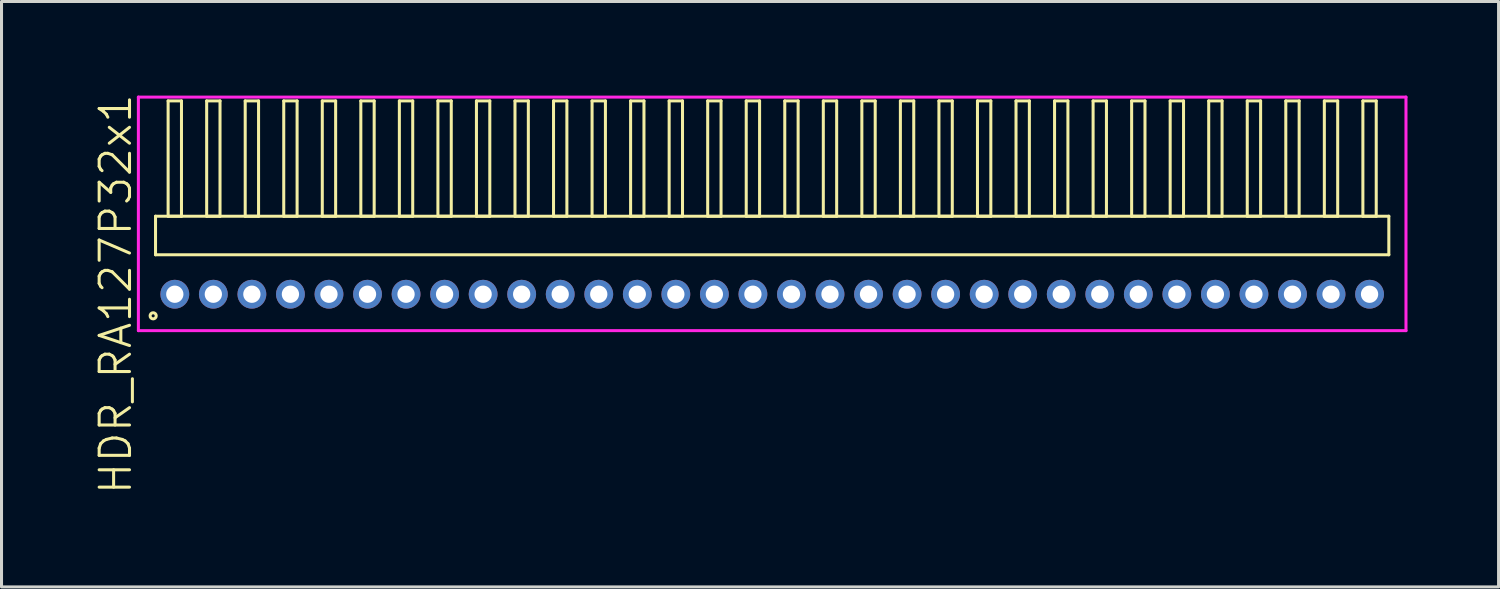
<source format=kicad_pcb>
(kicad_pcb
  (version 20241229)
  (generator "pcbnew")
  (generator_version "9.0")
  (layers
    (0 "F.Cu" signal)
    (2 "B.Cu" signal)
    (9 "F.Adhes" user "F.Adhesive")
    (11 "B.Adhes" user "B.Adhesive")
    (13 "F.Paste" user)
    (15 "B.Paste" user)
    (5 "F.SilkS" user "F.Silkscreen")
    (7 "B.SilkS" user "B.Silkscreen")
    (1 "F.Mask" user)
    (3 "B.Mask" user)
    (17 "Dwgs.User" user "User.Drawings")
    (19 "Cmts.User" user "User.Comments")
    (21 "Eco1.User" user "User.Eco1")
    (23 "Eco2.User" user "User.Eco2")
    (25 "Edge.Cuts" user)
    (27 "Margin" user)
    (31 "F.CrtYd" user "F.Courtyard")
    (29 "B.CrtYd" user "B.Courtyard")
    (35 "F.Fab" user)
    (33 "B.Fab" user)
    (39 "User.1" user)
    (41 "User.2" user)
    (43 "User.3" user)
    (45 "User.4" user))
  (footprint "HDR_RA127P32x1"
    (layer "F.Cu")
    (at 22.395 6.645)
    (property "Reference" "HDR_RA127P32x1" (at -21.635 0 90) (layer "F.SilkS") (effects (font (size 1 1) (thickness 0.1))))
    (attr through_hole)
    (fp_line (start -20.32 -2.57) (end -20.32 -1.3) (stroke (width 0.1) (type solid)) (layer "F.SilkS"))
    (fp_line (start -20.32 -1.3) (end 20.32 -1.3) (stroke (width 0.1) (type solid)) (layer "F.SilkS"))
    (fp_line (start -19.905 -6.37) (end -19.905 -2.57) (stroke (width 0.1) (type solid)) (layer "F.SilkS"))
    (fp_line (start -19.905 -2.57) (end -19.465 -2.57) (stroke (width 0.1) (type solid)) (layer "F.SilkS"))
    (fp_line (start -19.465 -6.37) (end -19.905 -6.37) (stroke (width 0.1) (type solid)) (layer "F.SilkS"))
    (fp_line (start -19.465 -2.57) (end -19.465 -6.37) (stroke (width 0.1) (type solid)) (layer "F.SilkS"))
    (fp_line (start -18.635 -6.37) (end -18.635 -2.57) (stroke (width 0.1) (type solid)) (layer "F.SilkS"))
    (fp_line (start -18.635 -2.57) (end -18.195 -2.57) (stroke (width 0.1) (type solid)) (layer "F.SilkS"))
    (fp_line (start -18.195 -6.37) (end -18.635 -6.37) (stroke (width 0.1) (type solid)) (layer "F.SilkS"))
    (fp_line (start -18.195 -2.57) (end -18.195 -6.37) (stroke (width 0.1) (type solid)) (layer "F.SilkS"))
    (fp_line (start -17.365 -6.37) (end -17.365 -2.57) (stroke (width 0.1) (type solid)) (layer "F.SilkS"))
    (fp_line (start -17.365 -2.57) (end -16.925 -2.57) (stroke (width 0.1) (type solid)) (layer "F.SilkS"))
    (fp_line (start -16.925 -6.37) (end -17.365 -6.37) (stroke (width 0.1) (type solid)) (layer "F.SilkS"))
    (fp_line (start -16.925 -2.57) (end -16.925 -6.37) (stroke (width 0.1) (type solid)) (layer "F.SilkS"))
    (fp_line (start -16.095 -6.37) (end -16.095 -2.57) (stroke (width 0.1) (type solid)) (layer "F.SilkS"))
    (fp_line (start -16.095 -2.57) (end -15.655 -2.57) (stroke (width 0.1) (type solid)) (layer "F.SilkS"))
    (fp_line (start -15.655 -6.37) (end -16.095 -6.37) (stroke (width 0.1) (type solid)) (layer "F.SilkS"))
    (fp_line (start -15.655 -2.57) (end -15.655 -6.37) (stroke (width 0.1) (type solid)) (layer "F.SilkS"))
    (fp_line (start -14.825 -6.37) (end -14.825 -2.57) (stroke (width 0.1) (type solid)) (layer "F.SilkS"))
    (fp_line (start -14.825 -2.57) (end -14.385 -2.57) (stroke (width 0.1) (type solid)) (layer "F.SilkS"))
    (fp_line (start -14.385 -6.37) (end -14.825 -6.37) (stroke (width 0.1) (type solid)) (layer "F.SilkS"))
    (fp_line (start -14.385 -2.57) (end -14.385 -6.37) (stroke (width 0.1) (type solid)) (layer "F.SilkS"))
    (fp_line (start -13.555 -6.37) (end -13.555 -2.57) (stroke (width 0.1) (type solid)) (layer "F.SilkS"))
    (fp_line (start -13.555 -2.57) (end -13.115 -2.57) (stroke (width 0.1) (type solid)) (layer "F.SilkS"))
    (fp_line (start -13.115 -6.37) (end -13.555 -6.37) (stroke (width 0.1) (type solid)) (layer "F.SilkS"))
    (fp_line (start -13.115 -2.57) (end -13.115 -6.37) (stroke (width 0.1) (type solid)) (layer "F.SilkS"))
    (fp_line (start -12.285 -6.37) (end -12.285 -2.57) (stroke (width 0.1) (type solid)) (layer "F.SilkS"))
    (fp_line (start -12.285 -2.57) (end -11.845 -2.57) (stroke (width 0.1) (type solid)) (layer "F.SilkS"))
    (fp_line (start -11.845 -6.37) (end -12.285 -6.37) (stroke (width 0.1) (type solid)) (layer "F.SilkS"))
    (fp_line (start -11.845 -2.57) (end -11.845 -6.37) (stroke (width 0.1) (type solid)) (layer "F.SilkS"))
    (fp_line (start -11.015 -6.37) (end -11.015 -2.57) (stroke (width 0.1) (type solid)) (layer "F.SilkS"))
    (fp_line (start -11.015 -2.57) (end -10.575 -2.57) (stroke (width 0.1) (type solid)) (layer "F.SilkS"))
    (fp_line (start -10.575 -6.37) (end -11.015 -6.37) (stroke (width 0.1) (type solid)) (layer "F.SilkS"))
    (fp_line (start -10.575 -2.57) (end -10.575 -6.37) (stroke (width 0.1) (type solid)) (layer "F.SilkS"))
    (fp_line (start -9.745 -6.37) (end -9.745 -2.57) (stroke (width 0.1) (type solid)) (layer "F.SilkS"))
    (fp_line (start -9.745 -2.57) (end -9.305 -2.57) (stroke (width 0.1) (type solid)) (layer "F.SilkS"))
    (fp_line (start -9.305 -6.37) (end -9.745 -6.37) (stroke (width 0.1) (type solid)) (layer "F.SilkS"))
    (fp_line (start -9.305 -2.57) (end -9.305 -6.37) (stroke (width 0.1) (type solid)) (layer "F.SilkS"))
    (fp_line (start -8.475 -6.37) (end -8.475 -2.57) (stroke (width 0.1) (type solid)) (layer "F.SilkS"))
    (fp_line (start -8.475 -2.57) (end -8.035 -2.57) (stroke (width 0.1) (type solid)) (layer "F.SilkS"))
    (fp_line (start -8.035 -6.37) (end -8.475 -6.37) (stroke (width 0.1) (type solid)) (layer "F.SilkS"))
    (fp_line (start -8.035 -2.57) (end -8.035 -6.37) (stroke (width 0.1) (type solid)) (layer "F.SilkS"))
    (fp_line (start -7.205 -6.37) (end -7.205 -2.57) (stroke (width 0.1) (type solid)) (layer "F.SilkS"))
    (fp_line (start -7.205 -2.57) (end -6.765 -2.57) (stroke (width 0.1) (type solid)) (layer "F.SilkS"))
    (fp_line (start -6.765 -6.37) (end -7.205 -6.37) (stroke (width 0.1) (type solid)) (layer "F.SilkS"))
    (fp_line (start -6.765 -2.57) (end -6.765 -6.37) (stroke (width 0.1) (type solid)) (layer "F.SilkS"))
    (fp_line (start -5.935 -6.37) (end -5.935 -2.57) (stroke (width 0.1) (type solid)) (layer "F.SilkS"))
    (fp_line (start -5.935 -2.57) (end -5.495 -2.57) (stroke (width 0.1) (type solid)) (layer "F.SilkS"))
    (fp_line (start -5.495 -6.37) (end -5.935 -6.37) (stroke (width 0.1) (type solid)) (layer "F.SilkS"))
    (fp_line (start -5.495 -2.57) (end -5.495 -6.37) (stroke (width 0.1) (type solid)) (layer "F.SilkS"))
    (fp_line (start -4.665 -6.37) (end -4.665 -2.57) (stroke (width 0.1) (type solid)) (layer "F.SilkS"))
    (fp_line (start -4.665 -2.57) (end -4.225 -2.57) (stroke (width 0.1) (type solid)) (layer "F.SilkS"))
    (fp_line (start -4.225 -6.37) (end -4.665 -6.37) (stroke (width 0.1) (type solid)) (layer "F.SilkS"))
    (fp_line (start -4.225 -2.57) (end -4.225 -6.37) (stroke (width 0.1) (type solid)) (layer "F.SilkS"))
    (fp_line (start -3.395 -6.37) (end -3.395 -2.57) (stroke (width 0.1) (type solid)) (layer "F.SilkS"))
    (fp_line (start -3.395 -2.57) (end -2.955 -2.57) (stroke (width 0.1) (type solid)) (layer "F.SilkS"))
    (fp_line (start -2.955 -6.37) (end -3.395 -6.37) (stroke (width 0.1) (type solid)) (layer "F.SilkS"))
    (fp_line (start -2.955 -2.57) (end -2.955 -6.37) (stroke (width 0.1) (type solid)) (layer "F.SilkS"))
    (fp_line (start -2.125 -6.37) (end -2.125 -2.57) (stroke (width 0.1) (type solid)) (layer "F.SilkS"))
    (fp_line (start -2.125 -2.57) (end -1.685 -2.57) (stroke (width 0.1) (type solid)) (layer "F.SilkS"))
    (fp_line (start -1.685 -6.37) (end -2.125 -6.37) (stroke (width 0.1) (type solid)) (layer "F.SilkS"))
    (fp_line (start -1.685 -2.57) (end -1.685 -6.37) (stroke (width 0.1) (type solid)) (layer "F.SilkS"))
    (fp_line (start -0.855 -6.37) (end -0.855 -2.57) (stroke (width 0.1) (type solid)) (layer "F.SilkS"))
    (fp_line (start -0.855 -2.57) (end -0.415 -2.57) (stroke (width 0.1) (type solid)) (layer "F.SilkS"))
    (fp_line (start -0.415 -6.37) (end -0.855 -6.37) (stroke (width 0.1) (type solid)) (layer "F.SilkS"))
    (fp_line (start -0.415 -2.57) (end -0.415 -6.37) (stroke (width 0.1) (type solid)) (layer "F.SilkS"))
    (fp_line (start 0.415 -6.37) (end 0.415 -2.57) (stroke (width 0.1) (type solid)) (layer "F.SilkS"))
    (fp_line (start 0.415 -2.57) (end 0.855 -2.57) (stroke (width 0.1) (type solid)) (layer "F.SilkS"))
    (fp_line (start 0.855 -6.37) (end 0.415 -6.37) (stroke (width 0.1) (type solid)) (layer "F.SilkS"))
    (fp_line (start 0.855 -2.57) (end 0.855 -6.37) (stroke (width 0.1) (type solid)) (layer "F.SilkS"))
    (fp_line (start 1.685 -6.37) (end 1.685 -2.57) (stroke (width 0.1) (type solid)) (layer "F.SilkS"))
    (fp_line (start 1.685 -2.57) (end 2.125 -2.57) (stroke (width 0.1) (type solid)) (layer "F.SilkS"))
    (fp_line (start 2.125 -6.37) (end 1.685 -6.37) (stroke (width 0.1) (type solid)) (layer "F.SilkS"))
    (fp_line (start 2.125 -2.57) (end 2.125 -6.37) (stroke (width 0.1) (type solid)) (layer "F.SilkS"))
    (fp_line (start 2.955 -6.37) (end 2.955 -2.57) (stroke (width 0.1) (type solid)) (layer "F.SilkS"))
    (fp_line (start 2.955 -2.57) (end 3.395 -2.57) (stroke (width 0.1) (type solid)) (layer "F.SilkS"))
    (fp_line (start 3.395 -6.37) (end 2.955 -6.37) (stroke (width 0.1) (type solid)) (layer "F.SilkS"))
    (fp_line (start 3.395 -2.57) (end 3.395 -6.37) (stroke (width 0.1) (type solid)) (layer "F.SilkS"))
    (fp_line (start 4.225 -6.37) (end 4.225 -2.57) (stroke (width 0.1) (type solid)) (layer "F.SilkS"))
    (fp_line (start 4.225 -2.57) (end 4.665 -2.57) (stroke (width 0.1) (type solid)) (layer "F.SilkS"))
    (fp_line (start 4.665 -6.37) (end 4.225 -6.37) (stroke (width 0.1) (type solid)) (layer "F.SilkS"))
    (fp_line (start 4.665 -2.57) (end 4.665 -6.37) (stroke (width 0.1) (type solid)) (layer "F.SilkS"))
    (fp_line (start 5.495 -6.37) (end 5.495 -2.57) (stroke (width 0.1) (type solid)) (layer "F.SilkS"))
    (fp_line (start 5.495 -2.57) (end 5.935 -2.57) (stroke (width 0.1) (type solid)) (layer "F.SilkS"))
    (fp_line (start 5.935 -6.37) (end 5.495 -6.37) (stroke (width 0.1) (type solid)) (layer "F.SilkS"))
    (fp_line (start 5.935 -2.57) (end 5.935 -6.37) (stroke (width 0.1) (type solid)) (layer "F.SilkS"))
    (fp_line (start 6.765 -6.37) (end 6.765 -2.57) (stroke (width 0.1) (type solid)) (layer "F.SilkS"))
    (fp_line (start 6.765 -2.57) (end 7.205 -2.57) (stroke (width 0.1) (type solid)) (layer "F.SilkS"))
    (fp_line (start 7.205 -6.37) (end 6.765 -6.37) (stroke (width 0.1) (type solid)) (layer "F.SilkS"))
    (fp_line (start 7.205 -2.57) (end 7.205 -6.37) (stroke (width 0.1) (type solid)) (layer "F.SilkS"))
    (fp_line (start 8.035 -6.37) (end 8.035 -2.57) (stroke (width 0.1) (type solid)) (layer "F.SilkS"))
    (fp_line (start 8.035 -2.57) (end 8.475 -2.57) (stroke (width 0.1) (type solid)) (layer "F.SilkS"))
    (fp_line (start 8.475 -6.37) (end 8.035 -6.37) (stroke (width 0.1) (type solid)) (layer "F.SilkS"))
    (fp_line (start 8.475 -2.57) (end 8.475 -6.37) (stroke (width 0.1) (type solid)) (layer "F.SilkS"))
    (fp_line (start 9.305 -6.37) (end 9.305 -2.57) (stroke (width 0.1) (type solid)) (layer "F.SilkS"))
    (fp_line (start 9.305 -2.57) (end 9.745 -2.57) (stroke (width 0.1) (type solid)) (layer "F.SilkS"))
    (fp_line (start 9.745 -6.37) (end 9.305 -6.37) (stroke (width 0.1) (type solid)) (layer "F.SilkS"))
    (fp_line (start 9.745 -2.57) (end 9.745 -6.37) (stroke (width 0.1) (type solid)) (layer "F.SilkS"))
    (fp_line (start 10.575 -6.37) (end 10.575 -2.57) (stroke (width 0.1) (type solid)) (layer "F.SilkS"))
    (fp_line (start 10.575 -2.57) (end 11.015 -2.57) (stroke (width 0.1) (type solid)) (layer "F.SilkS"))
    (fp_line (start 11.015 -6.37) (end 10.575 -6.37) (stroke (width 0.1) (type solid)) (layer "F.SilkS"))
    (fp_line (start 11.015 -2.57) (end 11.015 -6.37) (stroke (width 0.1) (type solid)) (layer "F.SilkS"))
    (fp_line (start 11.845 -6.37) (end 11.845 -2.57) (stroke (width 0.1) (type solid)) (layer "F.SilkS"))
    (fp_line (start 11.845 -2.57) (end 12.285 -2.57) (stroke (width 0.1) (type solid)) (layer "F.SilkS"))
    (fp_line (start 12.285 -6.37) (end 11.845 -6.37) (stroke (width 0.1) (type solid)) (layer "F.SilkS"))
    (fp_line (start 12.285 -2.57) (end 12.285 -6.37) (stroke (width 0.1) (type solid)) (layer "F.SilkS"))
    (fp_line (start 13.115 -6.37) (end 13.115 -2.57) (stroke (width 0.1) (type solid)) (layer "F.SilkS"))
    (fp_line (start 13.115 -2.57) (end 13.555 -2.57) (stroke (width 0.1) (type solid)) (layer "F.SilkS"))
    (fp_line (start 13.555 -6.37) (end 13.115 -6.37) (stroke (width 0.1) (type solid)) (layer "F.SilkS"))
    (fp_line (start 13.555 -2.57) (end 13.555 -6.37) (stroke (width 0.1) (type solid)) (layer "F.SilkS"))
    (fp_line (start 14.385 -6.37) (end 14.385 -2.57) (stroke (width 0.1) (type solid)) (layer "F.SilkS"))
    (fp_line (start 14.385 -2.57) (end 14.825 -2.57) (stroke (width 0.1) (type solid)) (layer "F.SilkS"))
    (fp_line (start 14.825 -6.37) (end 14.385 -6.37) (stroke (width 0.1) (type solid)) (layer "F.SilkS"))
    (fp_line (start 14.825 -2.57) (end 14.825 -6.37) (stroke (width 0.1) (type solid)) (layer "F.SilkS"))
    (fp_line (start 15.655 -6.37) (end 15.655 -2.57) (stroke (width 0.1) (type solid)) (layer "F.SilkS"))
    (fp_line (start 15.655 -2.57) (end 16.095 -2.57) (stroke (width 0.1) (type solid)) (layer "F.SilkS"))
    (fp_line (start 16.095 -6.37) (end 15.655 -6.37) (stroke (width 0.1) (type solid)) (layer "F.SilkS"))
    (fp_line (start 16.095 -2.57) (end 16.095 -6.37) (stroke (width 0.1) (type solid)) (layer "F.SilkS"))
    (fp_line (start 16.925 -6.37) (end 16.925 -2.57) (stroke (width 0.1) (type solid)) (layer "F.SilkS"))
    (fp_line (start 16.925 -2.57) (end 17.365 -2.57) (stroke (width 0.1) (type solid)) (layer "F.SilkS"))
    (fp_line (start 17.365 -6.37) (end 16.925 -6.37) (stroke (width 0.1) (type solid)) (layer "F.SilkS"))
    (fp_line (start 17.365 -2.57) (end 17.365 -6.37) (stroke (width 0.1) (type solid)) (layer "F.SilkS"))
    (fp_line (start 18.195 -6.37) (end 18.195 -2.57) (stroke (width 0.1) (type solid)) (layer "F.SilkS"))
    (fp_line (start 18.195 -2.57) (end 18.635 -2.57) (stroke (width 0.1) (type solid)) (layer "F.SilkS"))
    (fp_line (start 18.635 -6.37) (end 18.195 -6.37) (stroke (width 0.1) (type solid)) (layer "F.SilkS"))
    (fp_line (start 18.635 -2.57) (end 18.635 -6.37) (stroke (width 0.1) (type solid)) (layer "F.SilkS"))
    (fp_line (start 19.465 -6.37) (end 19.465 -2.57) (stroke (width 0.1) (type solid)) (layer "F.SilkS"))
    (fp_line (start 19.465 -2.57) (end 19.905 -2.57) (stroke (width 0.1) (type solid)) (layer "F.SilkS"))
    (fp_line (start 19.905 -6.37) (end 19.465 -6.37) (stroke (width 0.1) (type solid)) (layer "F.SilkS"))
    (fp_line (start 19.905 -2.57) (end 19.905 -6.37) (stroke (width 0.1) (type solid)) (layer "F.SilkS"))
    (fp_line (start 20.32 -2.57) (end -20.32 -2.57) (stroke (width 0.1) (type solid)) (layer "F.SilkS"))
    (fp_line (start 20.32 -1.3) (end 20.32 -2.57) (stroke (width 0.1) (type solid)) (layer "F.SilkS"))
    (fp_circle (center -20.398 0.712) (end -20.297 0.712) (stroke (width 0.1) (type solid)) (fill no) (layer "F.SilkS"))
    (fp_line (start -20.885 -6.495) (end -20.885 1.2) (stroke (width 0.1) (type solid)) (layer "F.CrtYd"))
    (fp_line (start -20.885 1.2) (end 20.885 1.2) (stroke (width 0.1) (type solid)) (layer "F.CrtYd"))
    (fp_line (start 20.885 -6.495) (end -20.885 -6.495) (stroke (width 0.1) (type solid)) (layer "F.CrtYd"))
    (fp_line (start 20.885 1.2) (end 20.885 -6.495) (stroke (width 0.1) (type solid)) (layer "F.CrtYd"))
    (pad "1" thru_hole oval (at -19.685 0) (size 0.95 0.95) (drill 0.57) (layers "*.Cu" "*.Mask"))
    (pad "2" thru_hole oval (at -18.415 0) (size 0.95 0.95) (drill 0.57) (layers "*.Cu" "*.Mask"))
    (pad "3" thru_hole oval (at -17.145 0) (size 0.95 0.95) (drill 0.57) (layers "*.Cu" "*.Mask"))
    (pad "4" thru_hole oval (at -15.875 0) (size 0.95 0.95) (drill 0.57) (layers "*.Cu" "*.Mask"))
    (pad "5" thru_hole oval (at -14.605 0) (size 0.95 0.95) (drill 0.57) (layers "*.Cu" "*.Mask"))
    (pad "6" thru_hole oval (at -13.335 0) (size 0.95 0.95) (drill 0.57) (layers "*.Cu" "*.Mask"))
    (pad "7" thru_hole oval (at -12.065 0) (size 0.95 0.95) (drill 0.57) (layers "*.Cu" "*.Mask"))
    (pad "8" thru_hole oval (at -10.795 0) (size 0.95 0.95) (drill 0.57) (layers "*.Cu" "*.Mask"))
    (pad "9" thru_hole oval (at -9.525 0) (size 0.95 0.95) (drill 0.57) (layers "*.Cu" "*.Mask"))
    (pad "10" thru_hole oval (at -8.255 0) (size 0.95 0.95) (drill 0.57) (layers "*.Cu" "*.Mask"))
    (pad "11" thru_hole oval (at -6.985 0) (size 0.95 0.95) (drill 0.57) (layers "*.Cu" "*.Mask"))
    (pad "12" thru_hole oval (at -5.715 0) (size 0.95 0.95) (drill 0.57) (layers "*.Cu" "*.Mask"))
    (pad "13" thru_hole oval (at -4.445 0) (size 0.95 0.95) (drill 0.57) (layers "*.Cu" "*.Mask"))
    (pad "14" thru_hole oval (at -3.175 0) (size 0.95 0.95) (drill 0.57) (layers "*.Cu" "*.Mask"))
    (pad "15" thru_hole oval (at -1.905 0) (size 0.95 0.95) (drill 0.57) (layers "*.Cu" "*.Mask"))
    (pad "16" thru_hole oval (at -0.635 0) (size 0.95 0.95) (drill 0.57) (layers "*.Cu" "*.Mask"))
    (pad "17" thru_hole oval (at 0.635 0) (size 0.95 0.95) (drill 0.57) (layers "*.Cu" "*.Mask"))
    (pad "18" thru_hole oval (at 1.905 0) (size 0.95 0.95) (drill 0.57) (layers "*.Cu" "*.Mask"))
    (pad "19" thru_hole oval (at 3.175 0) (size 0.95 0.95) (drill 0.57) (layers "*.Cu" "*.Mask"))
    (pad "20" thru_hole oval (at 4.445 0) (size 0.95 0.95) (drill 0.57) (layers "*.Cu" "*.Mask"))
    (pad "21" thru_hole oval (at 5.715 0) (size 0.95 0.95) (drill 0.57) (layers "*.Cu" "*.Mask"))
    (pad "22" thru_hole oval (at 6.985 0) (size 0.95 0.95) (drill 0.57) (layers "*.Cu" "*.Mask"))
    (pad "23" thru_hole oval (at 8.255 0) (size 0.95 0.95) (drill 0.57) (layers "*.Cu" "*.Mask"))
    (pad "24" thru_hole oval (at 9.525 0) (size 0.95 0.95) (drill 0.57) (layers "*.Cu" "*.Mask"))
    (pad "25" thru_hole oval (at 10.795 0) (size 0.95 0.95) (drill 0.57) (layers "*.Cu" "*.Mask"))
    (pad "26" thru_hole oval (at 12.065 0) (size 0.95 0.95) (drill 0.57) (layers "*.Cu" "*.Mask"))
    (pad "27" thru_hole oval (at 13.335 0) (size 0.95 0.95) (drill 0.57) (layers "*.Cu" "*.Mask"))
    (pad "28" thru_hole oval (at 14.605 0) (size 0.95 0.95) (drill 0.57) (layers "*.Cu" "*.Mask"))
    (pad "29" thru_hole oval (at 15.875 0) (size 0.95 0.95) (drill 0.57) (layers "*.Cu" "*.Mask"))
    (pad "30" thru_hole oval (at 17.145 0) (size 0.95 0.95) (drill 0.57) (layers "*.Cu" "*.Mask"))
    (pad "31" thru_hole oval (at 18.415 0) (size 0.95 0.95) (drill 0.57) (layers "*.Cu" "*.Mask"))
    (pad "32" thru_hole oval (at 19.685 0) (size 0.95 0.95) (drill 0.57) (layers "*.Cu" "*.Mask")))
  (gr_rect
    (start -3 -3)
    (end 46.331 16.29)
    (stroke (width 0.1) (type default))
    (fill no)
    (layer "Edge.Cuts")))
</source>
